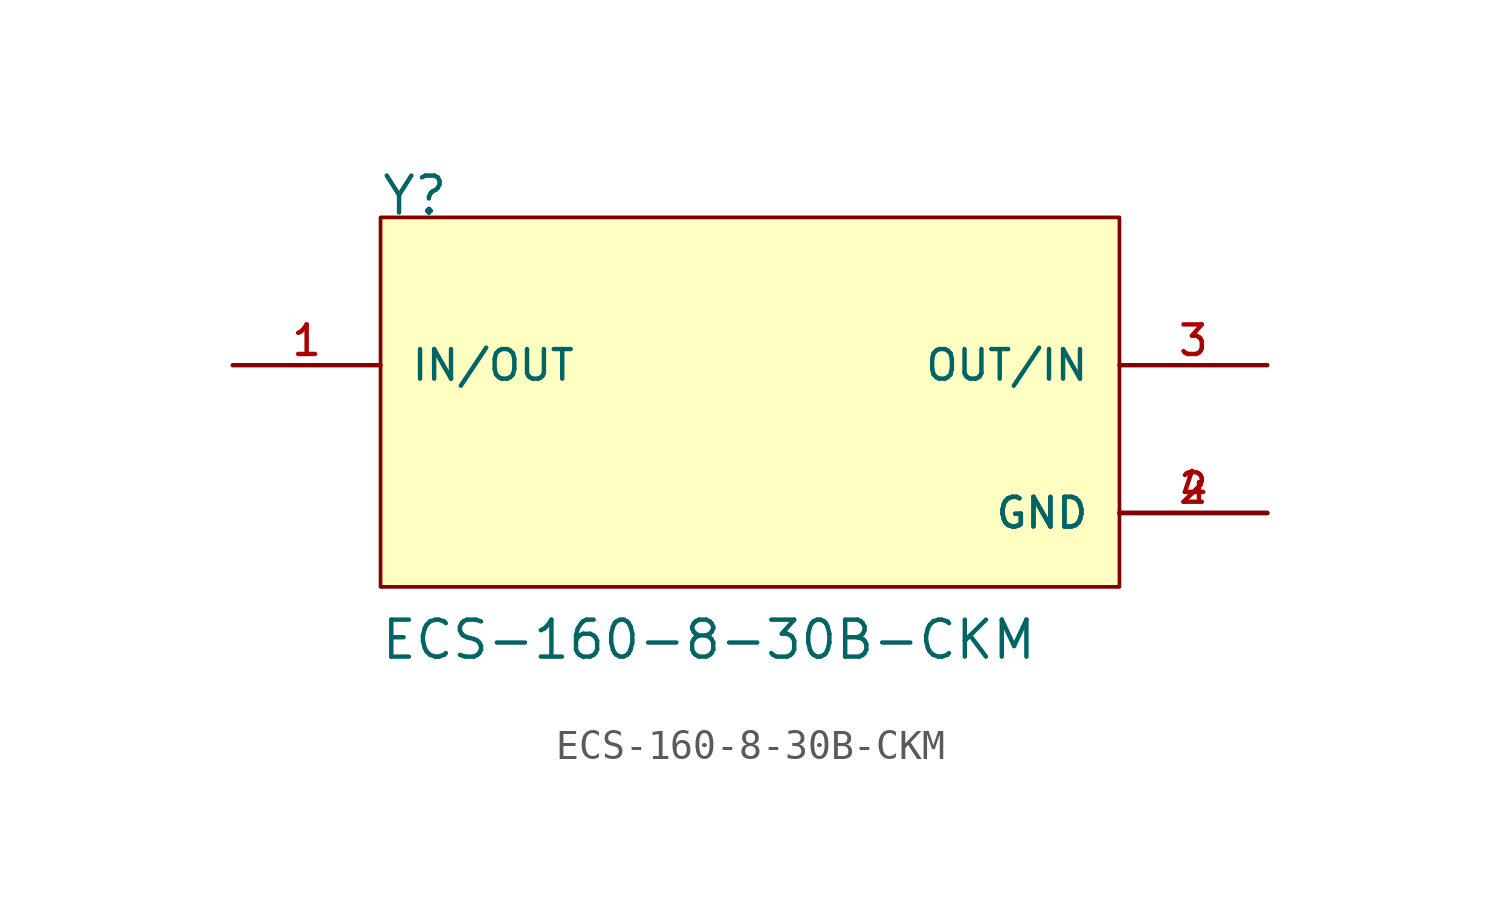
<source format=kicad_sym>
(kicad_symbol_lib
  (version 20211014)
  (generator kicad_symbol_editor)
  (symbol "ECS-160-8-30B-CKM"
    (pin_names
      (offset 1.016))
    (property "Reference" "Y"
      (at -12.708 7.625 0)
      (effects (font (size 1.27 1.27)) (justify bottom left)))
    (property "Value" "ECS-160-8-30B-CKM"
      (at -12.733 -7.64 0)
      (effects (font (size 1.27 1.27)) (justify bottom left)))
    (symbol "ECS-160-8-30B-CKM_0_0"
      (rectangle (start -12.7 -5.08) (end 12.7 7.62) (stroke (width 0.127)) (fill (type background)))
      (pin bidirectional line (at 17.78 2.54 180.0) (length 5.08) (name "OUT/IN" (effects (font (size 1.016 1.016)))) (number "3" (effects (font (size 1.016 1.016)))))
      (pin bidirectional line (at -17.78 2.54 0) (length 5.08) (name "IN/OUT" (effects (font (size 1.016 1.016)))) (number "1" (effects (font (size 1.016 1.016)))))
      (pin power_in line (at 17.78 -2.54 180.0) (length 5.08) (name "GND" (effects (font (size 1.016 1.016)))) (number "2" (effects (font (size 1.016 1.016)))))
      (pin power_in line (at 17.78 -2.54 180.0) (length 5.08) (name "GND" (effects (font (size 1.016 1.016)))) (number "4" (effects (font (size 1.016 1.016))))))))
</source>
